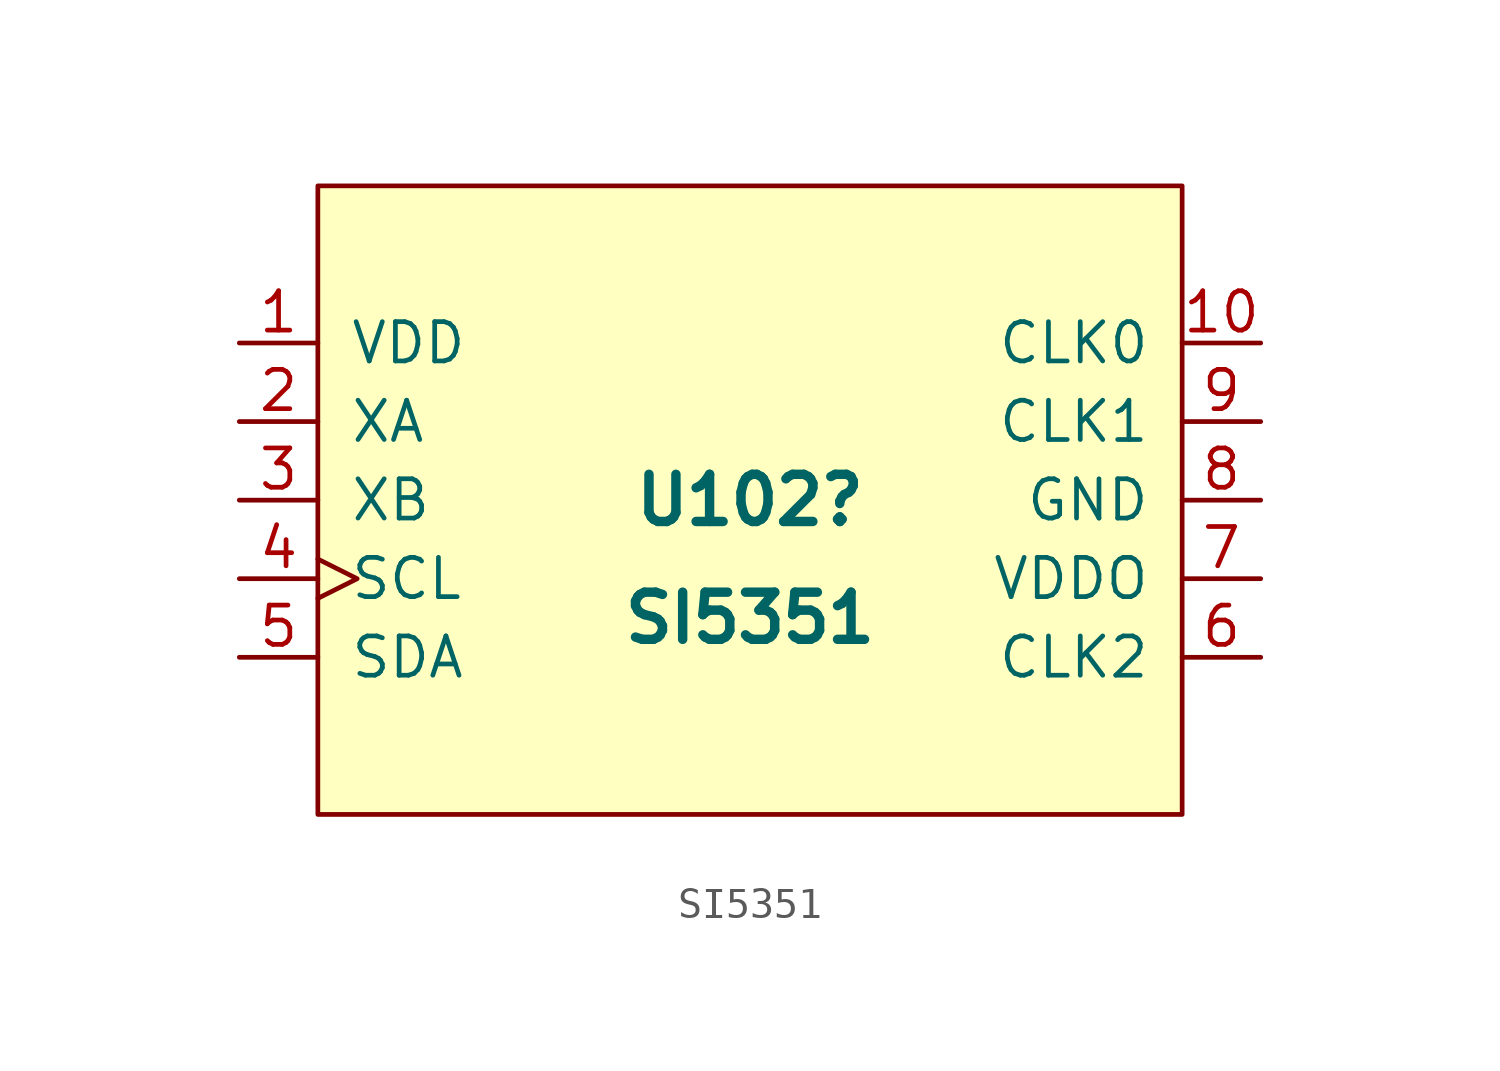
<source format=kicad_sym>
(kicad_symbol_lib
  (version 20241209)
  (generator "kicad_symbol_editor")
  (generator_version "9.0")
  (symbol "SI5351"
    (pin_names
      (offset 1.016))
    (property "Reference" "U102"
      (at 0 0 0)
      (effects (font (size 1.524 1.524) (bold yes))))
    (property "Value" "SI5351"
      (at 0 -3.81 0)
      (effects (font (size 1.524 1.524) (bold yes))))
    (symbol "SI5351_1_0"
      (rectangle (start -13.97 -10.16) (end 13.97 10.16) (stroke (width 0) (type default)) (fill (type background))))
    (symbol "SI5351_1_1"
      (pin passive line (at -16.51 5.08 0) (length 2.54) (name "VDD" (effects (font (size 1.27 1.27)))) (number "1" (effects (font (size 1.27 1.27)))))
      (pin passive line (at -16.51 2.54 0) (length 2.54) (name "XA" (effects (font (size 1.27 1.27)))) (number "2" (effects (font (size 1.27 1.27)))))
      (pin passive line (at -16.51 0 0) (length 2.54) (name "XB" (effects (font (size 1.27 1.27)))) (number "3" (effects (font (size 1.27 1.27)))))
      (pin passive clock (at -16.51 -2.54 0) (length 2.54) (name "SCL" (effects (font (size 1.27 1.27)))) (number "4" (effects (font (size 1.27 1.27)))))
      (pin passive line (at -16.51 -5.08 0) (length 2.54) (name "SDA" (effects (font (size 1.27 1.27)))) (number "5" (effects (font (size 1.27 1.27)))))
      (pin passive line (at 16.51 5.08 180) (length 2.54) (name "CLK0" (effects (font (size 1.27 1.27)))) (number "10" (effects (font (size 1.27 1.27)))))
      (pin passive line (at 16.51 2.54 180) (length 2.54) (name "CLK1" (effects (font (size 1.27 1.27)))) (number "9" (effects (font (size 1.27 1.27)))))
      (pin passive line (at 16.51 0 180) (length 2.54) (name "GND" (effects (font (size 1.27 1.27)))) (number "8" (effects (font (size 1.27 1.27)))))
      (pin passive line (at 16.51 -2.54 180) (length 2.54) (name "VDDO" (effects (font (size 1.27 1.27)))) (number "7" (effects (font (size 1.27 1.27)))))
      (pin passive line (at 16.51 -5.08 180) (length 2.54) (name "CLK2" (effects (font (size 1.27 1.27)))) (number "6" (effects (font (size 1.27 1.27))))))))
</source>
